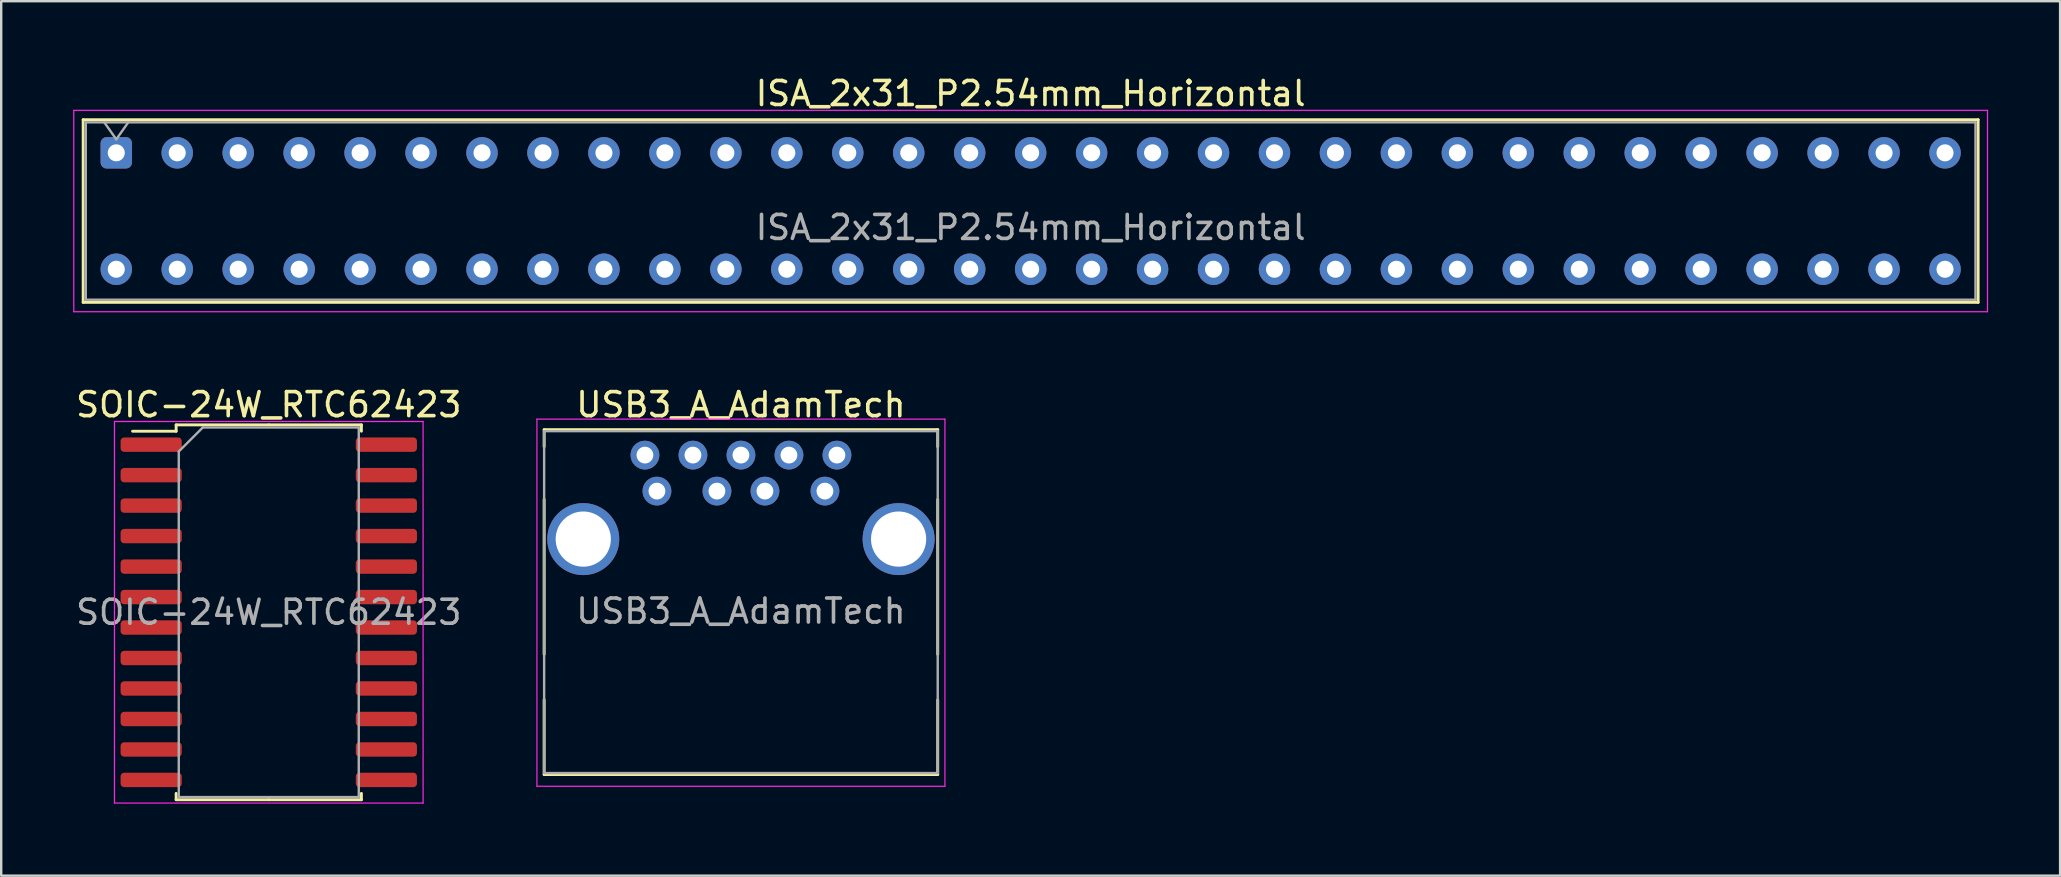
<source format=kicad_pcb>
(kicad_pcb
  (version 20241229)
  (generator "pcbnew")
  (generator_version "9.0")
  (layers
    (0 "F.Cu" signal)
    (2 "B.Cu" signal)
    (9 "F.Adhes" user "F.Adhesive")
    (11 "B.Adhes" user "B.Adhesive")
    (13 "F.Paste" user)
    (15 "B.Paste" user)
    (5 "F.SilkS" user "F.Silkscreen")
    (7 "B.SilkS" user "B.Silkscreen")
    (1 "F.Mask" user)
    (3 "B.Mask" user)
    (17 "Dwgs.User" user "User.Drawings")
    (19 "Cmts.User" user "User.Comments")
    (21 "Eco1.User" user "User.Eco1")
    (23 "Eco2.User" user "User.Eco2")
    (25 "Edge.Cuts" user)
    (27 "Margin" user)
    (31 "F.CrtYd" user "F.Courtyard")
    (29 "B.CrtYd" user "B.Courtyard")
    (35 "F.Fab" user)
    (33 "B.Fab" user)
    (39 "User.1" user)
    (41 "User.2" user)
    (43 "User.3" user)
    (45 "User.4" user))
  (footprint "SOIC-24W_RTC62423"
    (layer "F.Cu")
    (at 8.149 22.463)
    (property "Reference" "SOIC-24W_RTC62423" (at 0 -8.65 0) (layer "F.SilkS") (effects (font (size 1 1) (thickness 0.15))))
    (attr smd)
    (fp_line (start -3.86 -7.81) (end -3.86 -7.545) (stroke (width 0.12) (type solid)) (layer "F.SilkS"))
    (fp_line (start -3.86 -7.545) (end -5.675 -7.545) (stroke (width 0.12) (type solid)) (layer "F.SilkS"))
    (fp_line (start -3.86 7.81) (end -3.86 7.545) (stroke (width 0.12) (type solid)) (layer "F.SilkS"))
    (fp_line (start 0 -7.81) (end -3.86 -7.81) (stroke (width 0.12) (type solid)) (layer "F.SilkS"))
    (fp_line (start 0 -7.81) (end 3.86 -7.81) (stroke (width 0.12) (type solid)) (layer "F.SilkS"))
    (fp_line (start 0 7.81) (end -3.86 7.81) (stroke (width 0.12) (type solid)) (layer "F.SilkS"))
    (fp_line (start 0 7.81) (end 3.86 7.81) (stroke (width 0.12) (type solid)) (layer "F.SilkS"))
    (fp_line (start 3.86 -7.81) (end 3.86 -7.545) (stroke (width 0.12) (type solid)) (layer "F.SilkS"))
    (fp_line (start 3.86 7.81) (end 3.86 7.545) (stroke (width 0.12) (type solid)) (layer "F.SilkS"))
    (fp_line (start -6.43 -7.95) (end -6.43 7.95) (stroke (width 0.05) (type solid)) (layer "F.CrtYd"))
    (fp_line (start -6.43 7.95) (end 6.43 7.95) (stroke (width 0.05) (type solid)) (layer "F.CrtYd"))
    (fp_line (start 6.43 -7.95) (end -6.43 -7.95) (stroke (width 0.05) (type solid)) (layer "F.CrtYd"))
    (fp_line (start 6.43 7.95) (end 6.43 -7.95) (stroke (width 0.05) (type solid)) (layer "F.CrtYd"))
    (fp_line (start -3.75 -6.7) (end -2.75 -7.7) (stroke (width 0.1) (type solid)) (layer "F.Fab"))
    (fp_line (start -3.75 7.7) (end -3.75 -6.7) (stroke (width 0.1) (type solid)) (layer "F.Fab"))
    (fp_line (start -2.75 -7.7) (end 3.75 -7.7) (stroke (width 0.1) (type solid)) (layer "F.Fab"))
    (fp_line (start 3.75 -7.7) (end 3.75 7.7) (stroke (width 0.1) (type solid)) (layer "F.Fab"))
    (fp_line (start 3.75 7.7) (end -3.75 7.7) (stroke (width 0.1) (type solid)) (layer "F.Fab"))
    (fp_text user "${REFERENCE}" (at 0 0 0) (layer "F.Fab") (effects (font (size 1 1) (thickness 0.15))))
    (pad "1" smd roundrect (at -4.9 -6.985) (size 2.55 0.6) (layers "F.Cu" "F.Mask" "F.Paste") (roundrect_rratio 0.25))
    (pad "2" smd roundrect (at -4.9 -5.715) (size 2.55 0.6) (layers "F.Cu" "F.Mask" "F.Paste") (roundrect_rratio 0.25))
    (pad "3" smd roundrect (at -4.9 -4.445) (size 2.55 0.6) (layers "F.Cu" "F.Mask" "F.Paste") (roundrect_rratio 0.25))
    (pad "4" smd roundrect (at -4.9 -3.175) (size 2.55 0.6) (layers "F.Cu" "F.Mask" "F.Paste") (roundrect_rratio 0.25))
    (pad "5" smd roundrect (at -4.9 -1.905) (size 2.55 0.6) (layers "F.Cu" "F.Mask" "F.Paste") (roundrect_rratio 0.25))
    (pad "6" smd roundrect (at -4.9 -0.635) (size 2.55 0.6) (layers "F.Cu" "F.Mask" "F.Paste") (roundrect_rratio 0.25))
    (pad "7" smd roundrect (at -4.9 0.635) (size 2.55 0.6) (layers "F.Cu" "F.Mask" "F.Paste") (roundrect_rratio 0.25))
    (pad "8" smd roundrect (at -4.9 1.905) (size 2.55 0.6) (layers "F.Cu" "F.Mask" "F.Paste") (roundrect_rratio 0.25))
    (pad "9" smd roundrect (at -4.9 3.175) (size 2.55 0.6) (layers "F.Cu" "F.Mask" "F.Paste") (roundrect_rratio 0.25))
    (pad "10" smd roundrect (at -4.9 4.445) (size 2.55 0.6) (layers "F.Cu" "F.Mask" "F.Paste") (roundrect_rratio 0.25))
    (pad "11" smd roundrect (at -4.9 5.715) (size 2.55 0.6) (layers "F.Cu" "F.Mask" "F.Paste") (roundrect_rratio 0.25))
    (pad "12" smd roundrect (at -4.9 6.985) (size 2.55 0.6) (layers "F.Cu" "F.Mask" "F.Paste") (roundrect_rratio 0.25))
    (pad "13" smd roundrect (at 4.9 6.985) (size 2.55 0.6) (layers "F.Cu" "F.Mask" "F.Paste") (roundrect_rratio 0.25))
    (pad "14" smd roundrect (at 4.9 5.715) (size 2.55 0.6) (layers "F.Cu" "F.Mask" "F.Paste") (roundrect_rratio 0.25))
    (pad "15" smd roundrect (at 4.9 4.445) (size 2.55 0.6) (layers "F.Cu" "F.Mask" "F.Paste") (roundrect_rratio 0.25))
    (pad "16" smd roundrect (at 4.9 3.175) (size 2.55 0.6) (layers "F.Cu" "F.Mask" "F.Paste") (roundrect_rratio 0.25))
    (pad "17" smd roundrect (at 4.9 1.905) (size 2.55 0.6) (layers "F.Cu" "F.Mask" "F.Paste") (roundrect_rratio 0.25))
    (pad "18" smd roundrect (at 4.9 0.635) (size 2.55 0.6) (layers "F.Cu" "F.Mask" "F.Paste") (roundrect_rratio 0.25))
    (pad "19" smd roundrect (at 4.9 -0.635) (size 2.55 0.6) (layers "F.Cu" "F.Mask" "F.Paste") (roundrect_rratio 0.25))
    (pad "20" smd roundrect (at 4.9 -1.905) (size 2.55 0.6) (layers "F.Cu" "F.Mask" "F.Paste") (roundrect_rratio 0.25))
    (pad "21" smd roundrect (at 4.9 -3.175) (size 2.55 0.6) (layers "F.Cu" "F.Mask" "F.Paste") (roundrect_rratio 0.25))
    (pad "22" smd roundrect (at 4.9 -4.445) (size 2.55 0.6) (layers "F.Cu" "F.Mask" "F.Paste") (roundrect_rratio 0.25))
    (pad "23" smd roundrect (at 4.9 -5.715) (size 2.55 0.6) (layers "F.Cu" "F.Mask" "F.Paste") (roundrect_rratio 0.25))
    (pad "24" smd roundrect (at 4.9 -6.985) (size 2.55 0.6) (layers "F.Cu" "F.Mask" "F.Paste") (roundrect_rratio 0.25)))
  (footprint "USB3_A_AdamTech"
    (layer "F.Cu")
    (at 27.823 15.913)
    (property "Reference" "USB3_A_AdamTech" (at 0 -2.1 0) (layer "F.SilkS") (effects (font (size 1 1) (thickness 0.15))))
    (attr through_hole)
    (fp_line (start -8.2 -1.06) (end -8.2 -0.35) (stroke (width 0.12) (type solid)) (layer "F.SilkS"))
    (fp_line (start -8.2 -1.06) (end 8.2 -1.06) (stroke (width 0.12) (type solid)) (layer "F.SilkS"))
    (fp_line (start -8.2 8.3) (end -8.2 1.85) (stroke (width 0.12) (type solid)) (layer "F.SilkS"))
    (fp_line (start -8.2 13.31) (end -8.2 10.2) (stroke (width 0.12) (type solid)) (layer "F.SilkS"))
    (fp_line (start -8.2 13.31) (end 8.2 13.31) (stroke (width 0.12) (type solid)) (layer "F.SilkS"))
    (fp_line (start 8.2 -1.06) (end 8.2 -0.35) (stroke (width 0.12) (type solid)) (layer "F.SilkS"))
    (fp_line (start 8.2 8.3) (end 8.2 1.85) (stroke (width 0.12) (type solid)) (layer "F.SilkS"))
    (fp_line (start 8.2 13.31) (end 8.2 10.2) (stroke (width 0.12) (type solid)) (layer "F.SilkS"))
    (fp_line (start -8.5 -1.5) (end 8.5 -1.5) (stroke (width 0.05) (type solid)) (layer "F.CrtYd"))
    (fp_line (start -8.5 13.8) (end -8.5 -1.5) (stroke (width 0.05) (type solid)) (layer "F.CrtYd"))
    (fp_line (start 8.5 -1.5) (end 8.5 13.8) (stroke (width 0.05) (type solid)) (layer "F.CrtYd"))
    (fp_line (start 8.5 13.8) (end -8.5 13.8) (stroke (width 0.05) (type solid)) (layer "F.CrtYd"))
    (fp_line (start -8.2 -1) (end 8.2 -1) (stroke (width 0.1) (type solid)) (layer "F.Fab"))
    (fp_line (start -8.2 13.25) (end -8.2 -1) (stroke (width 0.1) (type solid)) (layer "F.Fab"))
    (fp_line (start 8.2 -1) (end 8.2 13.25) (stroke (width 0.1) (type solid)) (layer "F.Fab"))
    (fp_line (start 8.2 13.25) (end -8.2 13.25) (stroke (width 0.1) (type solid)) (layer "F.Fab"))
    (fp_text user "${REFERENCE}" (at 0 6.5 0) (layer "F.Fab") (effects (font (size 1 1) (thickness 0.15))))
    (pad "1" thru_hole circle (at -3.5 1.5) (size 1.2 1.2) (drill 0.7) (layers "*.Cu" "*.Mask"))
    (pad "2" thru_hole circle (at -1 1.5) (size 1.2 1.2) (drill 0.7) (layers "*.Cu" "*.Mask"))
    (pad "3" thru_hole circle (at 1 1.5) (size 1.2 1.2) (drill 0.7) (layers "*.Cu" "*.Mask"))
    (pad "4" thru_hole circle (at 3.5 1.5) (size 1.2 1.2) (drill 0.7) (layers "*.Cu" "*.Mask"))
    (pad "5" thru_hole circle (at 4 0) (size 1.2 1.2) (drill 0.7) (layers "*.Cu" "*.Mask"))
    (pad "6" thru_hole circle (at 2 0) (size 1.2 1.2) (drill 0.7) (layers "*.Cu" "*.Mask"))
    (pad "7" thru_hole circle (at 0 0) (size 1.2 1.2) (drill 0.7) (layers "*.Cu" "*.Mask"))
    (pad "8" thru_hole circle (at -2 0) (size 1.2 1.2) (drill 0.7) (layers "*.Cu" "*.Mask"))
    (pad "9" thru_hole circle (at -4 0) (size 1.2 1.2) (drill 0.7) (layers "*.Cu" "*.Mask"))
    (pad "10" thru_hole circle (at -6.57 3.5) (size 3 3) (drill 2.3) (layers "*.Cu" "*.Mask"))
    (pad "10" thru_hole circle (at 6.57 3.5) (size 3 3) (drill 2.3) (layers "*.Cu" "*.Mask")))
  (footprint "ISA_2x31_P2.54mm_Horizontal"
    (layer "F.Cu")
    (at 1.795 3.318)
    (property "Reference" "ISA_2x31_P2.54mm_Horizontal" (at 38.1 -2.47 0) (layer "F.SilkS") (effects (font (size 1 1) (thickness 0.15))))
    (attr through_hole)
    (fp_line (start -1.38 -1.38) (end 77.58 -1.38) (stroke (width 0.12) (type solid)) (layer "F.SilkS"))
    (fp_line (start -1.38 6.231) (end -1.38 -1.38) (stroke (width 0.12) (type solid)) (layer "F.SilkS"))
    (fp_line (start 77.58 -1.38) (end 77.58 6.231) (stroke (width 0.12) (type solid)) (layer "F.SilkS"))
    (fp_line (start 77.58 6.231) (end -1.38 6.231) (stroke (width 0.12) (type solid)) (layer "F.SilkS"))
    (fp_line (start -1.77 -1.77) (end 77.97 -1.77) (stroke (width 0.05) (type solid)) (layer "F.CrtYd"))
    (fp_line (start -1.77 6.621) (end -1.77 -1.77) (stroke (width 0.05) (type solid)) (layer "F.CrtYd"))
    (fp_line (start 77.97 -1.77) (end 77.97 6.621) (stroke (width 0.05) (type solid)) (layer "F.CrtYd"))
    (fp_line (start 77.97 6.621) (end -1.77 6.621) (stroke (width 0.05) (type solid)) (layer "F.CrtYd"))
    (fp_line (start -1.27 -1.27) (end -1.27 6.121) (stroke (width 0.1) (type solid)) (layer "F.Fab"))
    (fp_line (start -1.27 -1.27) (end 77.47 -1.27) (stroke (width 0.1) (type solid)) (layer "F.Fab"))
    (fp_line (start -0.5 -1.27) (end 0 -0.563) (stroke (width 0.1) (type solid)) (layer "F.Fab"))
    (fp_line (start 0 -0.563) (end 0.5 -1.27) (stroke (width 0.1) (type solid)) (layer "F.Fab"))
    (fp_line (start 77.47 -1.27) (end 77.47 6.121) (stroke (width 0.1) (type solid)) (layer "F.Fab"))
    (fp_line (start 77.47 6.121) (end -1.27 6.121) (stroke (width 0.1) (type solid)) (layer "F.Fab"))
    (fp_text user "${REFERENCE}" (at 38.1 3.11 0) (layer "F.Fab") (effects (font (size 1 1) (thickness 0.15))))
    (pad "1" thru_hole roundrect (at 0 0) (size 1.31 1.31) (drill 0.71) (layers "*.Cu" "*.Mask") (roundrect_rratio 0.191))
    (pad "2" thru_hole circle (at 0 4.851) (size 1.31 1.31) (drill 0.71) (layers "*.Cu" "*.Mask"))
    (pad "3" thru_hole circle (at 2.54 0) (size 1.31 1.31) (drill 0.71) (layers "*.Cu" "*.Mask"))
    (pad "4" thru_hole circle (at 2.54 4.85) (size 1.31 1.31) (drill 0.71) (layers "*.Cu" "*.Mask"))
    (pad "5" thru_hole circle (at 5.08 0) (size 1.31 1.31) (drill 0.71) (layers "*.Cu" "*.Mask"))
    (pad "6" thru_hole circle (at 5.08 4.851) (size 1.31 1.31) (drill 0.71) (layers "*.Cu" "*.Mask"))
    (pad "7" thru_hole circle (at 7.62 0) (size 1.31 1.31) (drill 0.71) (layers "*.Cu" "*.Mask"))
    (pad "8" thru_hole circle (at 7.62 4.851) (size 1.31 1.31) (drill 0.71) (layers "*.Cu" "*.Mask"))
    (pad "9" thru_hole circle (at 10.16 0) (size 1.31 1.31) (drill 0.71) (layers "*.Cu" "*.Mask"))
    (pad "10" thru_hole circle (at 10.16 4.851) (size 1.31 1.31) (drill 0.71) (layers "*.Cu" "*.Mask"))
    (pad "11" thru_hole circle (at 12.7 0) (size 1.31 1.31) (drill 0.71) (layers "*.Cu" "*.Mask"))
    (pad "12" thru_hole circle (at 12.7 4.851) (size 1.31 1.31) (drill 0.71) (layers "*.Cu" "*.Mask"))
    (pad "13" thru_hole circle (at 15.24 0) (size 1.31 1.31) (drill 0.71) (layers "*.Cu" "*.Mask"))
    (pad "14" thru_hole circle (at 15.24 4.851) (size 1.31 1.31) (drill 0.71) (layers "*.Cu" "*.Mask"))
    (pad "15" thru_hole circle (at 17.78 0) (size 1.31 1.31) (drill 0.71) (layers "*.Cu" "*.Mask"))
    (pad "16" thru_hole circle (at 17.78 4.851) (size 1.31 1.31) (drill 0.71) (layers "*.Cu" "*.Mask"))
    (pad "17" thru_hole circle (at 20.32 0) (size 1.31 1.31) (drill 0.71) (layers "*.Cu" "*.Mask"))
    (pad "18" thru_hole circle (at 20.32 4.851) (size 1.31 1.31) (drill 0.71) (layers "*.Cu" "*.Mask"))
    (pad "19" thru_hole circle (at 22.86 0) (size 1.31 1.31) (drill 0.71) (layers "*.Cu" "*.Mask"))
    (pad "20" thru_hole circle (at 22.86 4.851) (size 1.31 1.31) (drill 0.71) (layers "*.Cu" "*.Mask"))
    (pad "21" thru_hole circle (at 25.4 0) (size 1.31 1.31) (drill 0.71) (layers "*.Cu" "*.Mask"))
    (pad "22" thru_hole circle (at 25.4 4.851) (size 1.31 1.31) (drill 0.71) (layers "*.Cu" "*.Mask"))
    (pad "23" thru_hole circle (at 27.94 0) (size 1.31 1.31) (drill 0.71) (layers "*.Cu" "*.Mask"))
    (pad "24" thru_hole circle (at 27.94 4.851) (size 1.31 1.31) (drill 0.71) (layers "*.Cu" "*.Mask"))
    (pad "25" thru_hole circle (at 30.48 0) (size 1.31 1.31) (drill 0.71) (layers "*.Cu" "*.Mask"))
    (pad "26" thru_hole circle (at 30.48 4.851) (size 1.31 1.31) (drill 0.71) (layers "*.Cu" "*.Mask"))
    (pad "27" thru_hole circle (at 33.02 0) (size 1.31 1.31) (drill 0.71) (layers "*.Cu" "*.Mask"))
    (pad "28" thru_hole circle (at 33.02 4.851) (size 1.31 1.31) (drill 0.71) (layers "*.Cu" "*.Mask"))
    (pad "29" thru_hole circle (at 35.56 0) (size 1.31 1.31) (drill 0.71) (layers "*.Cu" "*.Mask"))
    (pad "30" thru_hole circle (at 35.56 4.851) (size 1.31 1.31) (drill 0.71) (layers "*.Cu" "*.Mask"))
    (pad "31" thru_hole circle (at 38.1 0) (size 1.31 1.31) (drill 0.71) (layers "*.Cu" "*.Mask"))
    (pad "32" thru_hole circle (at 38.1 4.851) (size 1.31 1.31) (drill 0.71) (layers "*.Cu" "*.Mask"))
    (pad "33" thru_hole circle (at 40.64 0) (size 1.31 1.31) (drill 0.71) (layers "*.Cu" "*.Mask"))
    (pad "34" thru_hole circle (at 40.64 4.851) (size 1.31 1.31) (drill 0.71) (layers "*.Cu" "*.Mask"))
    (pad "35" thru_hole circle (at 43.18 0) (size 1.31 1.31) (drill 0.71) (layers "*.Cu" "*.Mask"))
    (pad "36" thru_hole circle (at 43.18 4.851) (size 1.31 1.31) (drill 0.71) (layers "*.Cu" "*.Mask"))
    (pad "37" thru_hole circle (at 45.72 0) (size 1.31 1.31) (drill 0.71) (layers "*.Cu" "*.Mask"))
    (pad "38" thru_hole circle (at 45.72 4.851) (size 1.31 1.31) (drill 0.71) (layers "*.Cu" "*.Mask"))
    (pad "39" thru_hole circle (at 48.26 0) (size 1.31 1.31) (drill 0.71) (layers "*.Cu" "*.Mask"))
    (pad "40" thru_hole circle (at 48.26 4.851) (size 1.31 1.31) (drill 0.71) (layers "*.Cu" "*.Mask"))
    (pad "41" thru_hole circle (at 50.8 0) (size 1.31 1.31) (drill 0.71) (layers "*.Cu" "*.Mask"))
    (pad "42" thru_hole circle (at 50.8 4.851) (size 1.31 1.31) (drill 0.71) (layers "*.Cu" "*.Mask"))
    (pad "43" thru_hole circle (at 53.34 0) (size 1.31 1.31) (drill 0.71) (layers "*.Cu" "*.Mask"))
    (pad "44" thru_hole circle (at 53.34 4.851) (size 1.31 1.31) (drill 0.71) (layers "*.Cu" "*.Mask"))
    (pad "45" thru_hole circle (at 55.88 0) (size 1.31 1.31) (drill 0.71) (layers "*.Cu" "*.Mask"))
    (pad "46" thru_hole circle (at 55.88 4.851) (size 1.31 1.31) (drill 0.71) (layers "*.Cu" "*.Mask"))
    (pad "47" thru_hole circle (at 58.42 0) (size 1.31 1.31) (drill 0.71) (layers "*.Cu" "*.Mask"))
    (pad "48" thru_hole circle (at 58.42 4.851) (size 1.31 1.31) (drill 0.71) (layers "*.Cu" "*.Mask"))
    (pad "49" thru_hole circle (at 60.96 0) (size 1.31 1.31) (drill 0.71) (layers "*.Cu" "*.Mask"))
    (pad "50" thru_hole circle (at 60.96 4.851) (size 1.31 1.31) (drill 0.71) (layers "*.Cu" "*.Mask"))
    (pad "51" thru_hole circle (at 63.5 0) (size 1.31 1.31) (drill 0.71) (layers "*.Cu" "*.Mask"))
    (pad "52" thru_hole circle (at 63.5 4.851) (size 1.31 1.31) (drill 0.71) (layers "*.Cu" "*.Mask"))
    (pad "53" thru_hole circle (at 66.04 0) (size 1.31 1.31) (drill 0.71) (layers "*.Cu" "*.Mask"))
    (pad "54" thru_hole circle (at 66.04 4.851) (size 1.31 1.31) (drill 0.71) (layers "*.Cu" "*.Mask"))
    (pad "55" thru_hole circle (at 68.58 0) (size 1.31 1.31) (drill 0.71) (layers "*.Cu" "*.Mask"))
    (pad "56" thru_hole circle (at 68.58 4.851) (size 1.31 1.31) (drill 0.71) (layers "*.Cu" "*.Mask"))
    (pad "57" thru_hole circle (at 71.12 0) (size 1.31 1.31) (drill 0.71) (layers "*.Cu" "*.Mask"))
    (pad "58" thru_hole circle (at 71.12 4.851) (size 1.31 1.31) (drill 0.71) (layers "*.Cu" "*.Mask"))
    (pad "59" thru_hole circle (at 73.66 0) (size 1.31 1.31) (drill 0.71) (layers "*.Cu" "*.Mask"))
    (pad "60" thru_hole circle (at 73.66 4.851) (size 1.31 1.31) (drill 0.71) (layers "*.Cu" "*.Mask"))
    (pad "61" thru_hole circle (at 76.2 0) (size 1.31 1.31) (drill 0.71) (layers "*.Cu" "*.Mask"))
    (pad "62" thru_hole circle (at 76.2 4.851) (size 1.31 1.31) (drill 0.71) (layers "*.Cu" "*.Mask")))
  (gr_rect
    (start -3 -3)
    (end 82.79 33.438)
    (stroke (width 0.1) (type default))
    (fill no)
    (layer "Edge.Cuts")))
</source>
